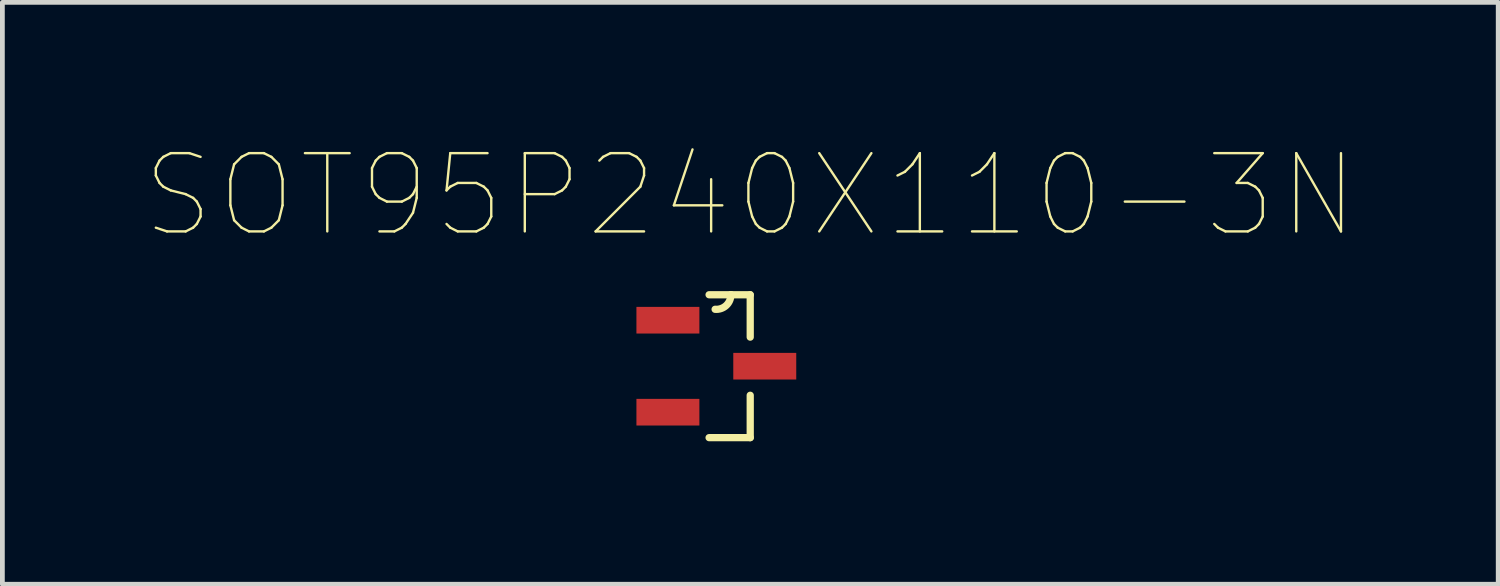
<source format=kicad_pcb>
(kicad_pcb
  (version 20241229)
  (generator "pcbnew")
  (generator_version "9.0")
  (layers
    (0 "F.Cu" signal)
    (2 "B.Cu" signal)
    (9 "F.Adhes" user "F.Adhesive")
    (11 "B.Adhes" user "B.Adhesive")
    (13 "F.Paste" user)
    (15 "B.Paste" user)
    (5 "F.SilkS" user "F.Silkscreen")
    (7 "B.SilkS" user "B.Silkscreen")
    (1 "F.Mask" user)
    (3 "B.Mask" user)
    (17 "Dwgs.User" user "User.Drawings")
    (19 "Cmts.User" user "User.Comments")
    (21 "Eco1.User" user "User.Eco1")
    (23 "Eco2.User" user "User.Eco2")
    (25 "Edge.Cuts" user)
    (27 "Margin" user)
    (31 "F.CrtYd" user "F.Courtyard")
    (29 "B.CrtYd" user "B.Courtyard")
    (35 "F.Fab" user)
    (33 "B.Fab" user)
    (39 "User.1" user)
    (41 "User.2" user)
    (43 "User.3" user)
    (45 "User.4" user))
  (footprint "SOT95P240X110-3N"
    (layer "F.Cu")
    (at 11.979 4.633)
    (property "Reference" "SOT95P240X110-3N" (at 0.712 -3.585 0) (layer "F.SilkS") (effects (font (size 1.642 1.642) (thickness 0.05))))
    (attr smd)
    (fp_line (start -0.152 1.499) (end 0.711 1.499) (stroke (width 0.152) (type solid)) (layer "F.SilkS"))
    (fp_line (start 0.305 -1.499) (end -0.152 -1.499) (stroke (width 0.152) (type solid)) (layer "F.SilkS"))
    (fp_line (start 0.711 -1.499) (end 0.305 -1.499) (stroke (width 0.152) (type solid)) (layer "F.SilkS"))
    (fp_line (start 0.711 -0.61) (end 0.711 -1.499) (stroke (width 0.152) (type solid)) (layer "F.SilkS"))
    (fp_line (start 0.711 1.499) (end 0.711 0.61) (stroke (width 0.152) (type solid)) (layer "F.SilkS"))
    (fp_arc (start 0.304804 -1.498604) (mid 0.206761 -1.273555) (end -0.0254 -1.1938) (stroke (width 0.1524) (type solid)) (layer "F.SilkS"))
    (fp_line (start -1.245 -1.219) (end -1.245 -0.711) (stroke (width 0.1) (type solid)) (layer "Eco2.User"))
    (fp_line (start -1.245 -0.711) (end -0.711 -0.711) (stroke (width 0.1) (type solid)) (layer "Eco2.User"))
    (fp_line (start -1.245 0.711) (end -1.245 1.219) (stroke (width 0.1) (type solid)) (layer "Eco2.User"))
    (fp_line (start -1.245 1.219) (end -0.711 1.219) (stroke (width 0.1) (type solid)) (layer "Eco2.User"))
    (fp_line (start -0.711 -1.499) (end -0.711 -1.219) (stroke (width 0.1) (type solid)) (layer "Eco2.User"))
    (fp_line (start -0.711 -1.219) (end -1.245 -1.219) (stroke (width 0.1) (type solid)) (layer "Eco2.User"))
    (fp_line (start -0.711 -1.219) (end -0.711 -0.711) (stroke (width 0.1) (type solid)) (layer "Eco2.User"))
    (fp_line (start -0.711 -0.711) (end -0.711 0.711) (stroke (width 0.1) (type solid)) (layer "Eco2.User"))
    (fp_line (start -0.711 0.711) (end -1.245 0.711) (stroke (width 0.1) (type solid)) (layer "Eco2.User"))
    (fp_line (start -0.711 1.219) (end -0.711 0.711) (stroke (width 0.1) (type solid)) (layer "Eco2.User"))
    (fp_line (start -0.711 1.499) (end -0.711 1.219) (stroke (width 0.1) (type solid)) (layer "Eco2.User"))
    (fp_line (start -0.711 1.499) (end 0.711 1.499) (stroke (width 0.1) (type solid)) (layer "Eco2.User"))
    (fp_line (start -0.305 -1.499) (end -0.711 -1.499) (stroke (width 0.1) (type solid)) (layer "Eco2.User"))
    (fp_line (start 0.305 -1.499) (end -0.305 -1.499) (stroke (width 0.1) (type solid)) (layer "Eco2.User"))
    (fp_line (start 0.711 -1.499) (end 0.305 -1.499) (stroke (width 0.1) (type solid)) (layer "Eco2.User"))
    (fp_line (start 0.711 -0.254) (end 0.711 -1.499) (stroke (width 0.1) (type solid)) (layer "Eco2.User"))
    (fp_line (start 0.711 0.254) (end 0.711 -0.254) (stroke (width 0.1) (type solid)) (layer "Eco2.User"))
    (fp_line (start 0.711 0.254) (end 1.245 0.254) (stroke (width 0.1) (type solid)) (layer "Eco2.User"))
    (fp_line (start 0.711 1.499) (end 0.711 0.254) (stroke (width 0.1) (type solid)) (layer "Eco2.User"))
    (fp_line (start 1.245 -0.254) (end 0.711 -0.254) (stroke (width 0.1) (type solid)) (layer "Eco2.User"))
    (fp_line (start 1.245 0.254) (end 1.245 -0.254) (stroke (width 0.1) (type solid)) (layer "Eco2.User"))
    (fp_arc (start 0.3048 -1.4986) (mid 0 -1.1938) (end -0.3048 -1.4986) (stroke (width 0.1) (type solid)) (layer "Eco2.User"))
    (pad "1" smd rect (at -1.016 -0.965) (size 1.321 0.559) (layers "F.Cu" "F.Mask" "F.Paste"))
    (pad "2" smd rect (at -1.016 0.965) (size 1.321 0.559) (layers "F.Cu" "F.Mask" "F.Paste"))
    (pad "3" smd rect (at 1.016 0) (size 1.321 0.559) (layers "F.Cu" "F.Mask" "F.Paste")))
  (gr_rect
    (start -3 -3)
    (end 28.383 9.208)
    (stroke (width 0.1) (type default))
    (fill no)
    (layer "Edge.Cuts")))
</source>
